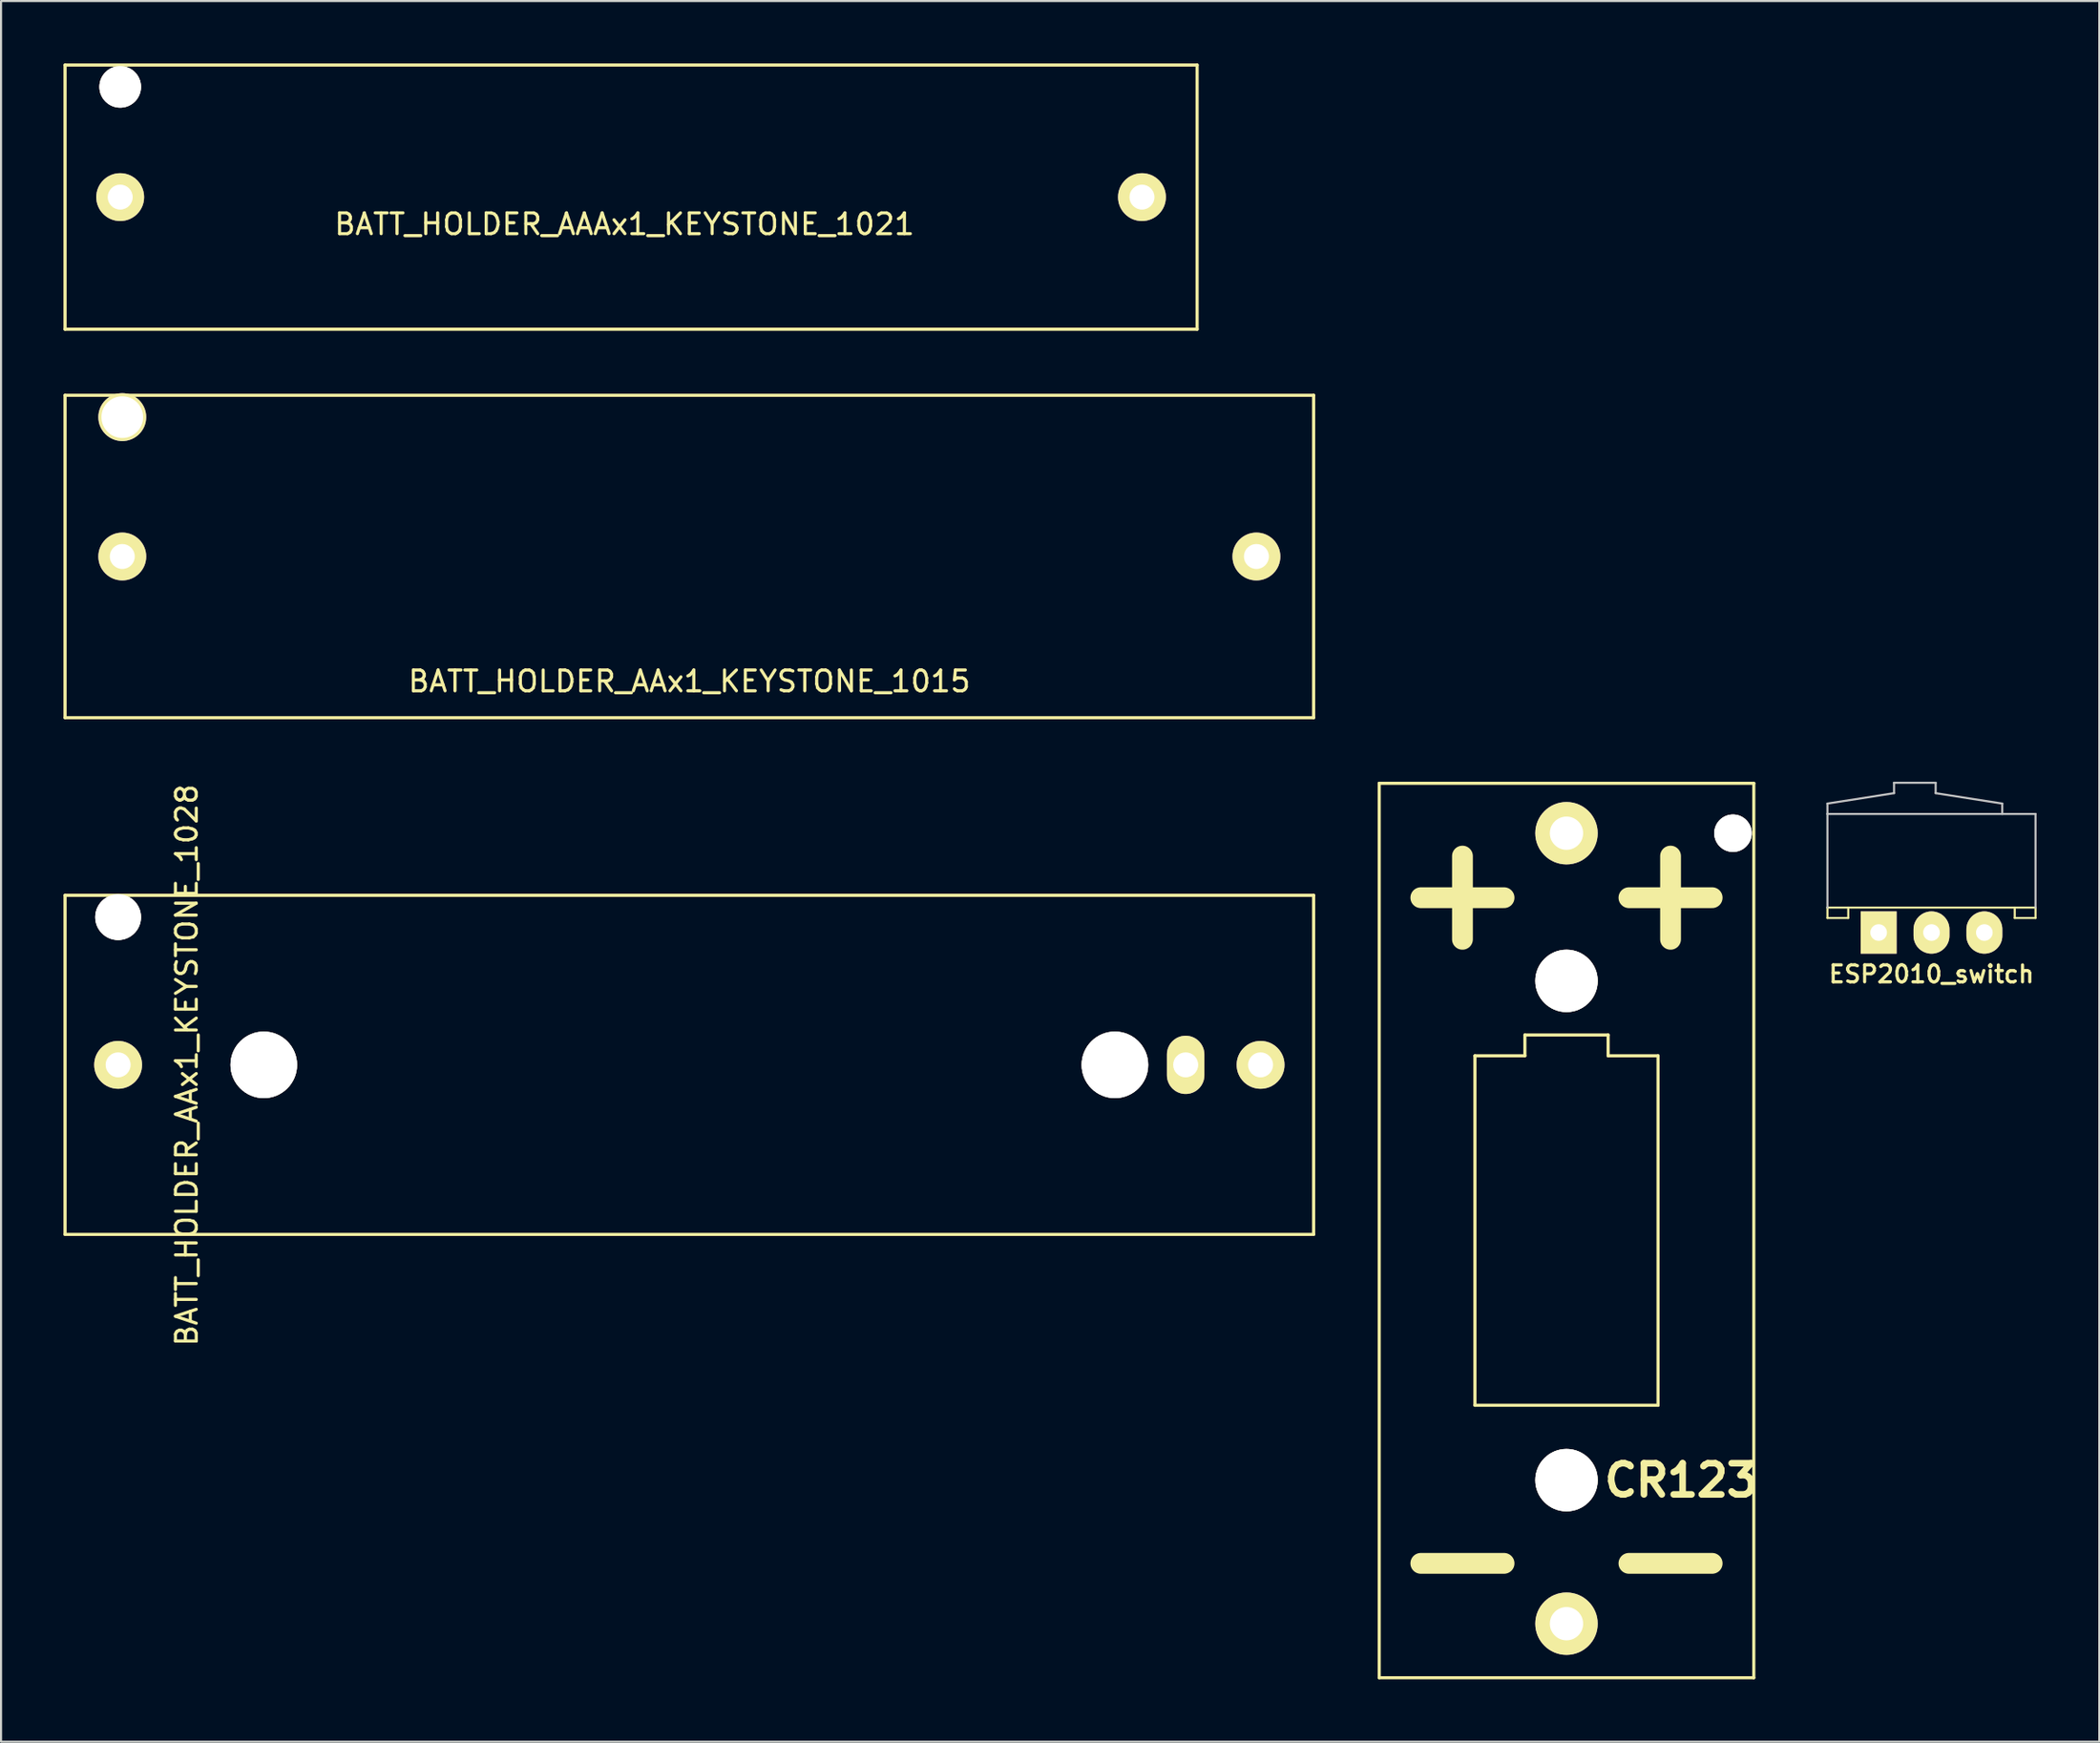
<source format=kicad_pcb>
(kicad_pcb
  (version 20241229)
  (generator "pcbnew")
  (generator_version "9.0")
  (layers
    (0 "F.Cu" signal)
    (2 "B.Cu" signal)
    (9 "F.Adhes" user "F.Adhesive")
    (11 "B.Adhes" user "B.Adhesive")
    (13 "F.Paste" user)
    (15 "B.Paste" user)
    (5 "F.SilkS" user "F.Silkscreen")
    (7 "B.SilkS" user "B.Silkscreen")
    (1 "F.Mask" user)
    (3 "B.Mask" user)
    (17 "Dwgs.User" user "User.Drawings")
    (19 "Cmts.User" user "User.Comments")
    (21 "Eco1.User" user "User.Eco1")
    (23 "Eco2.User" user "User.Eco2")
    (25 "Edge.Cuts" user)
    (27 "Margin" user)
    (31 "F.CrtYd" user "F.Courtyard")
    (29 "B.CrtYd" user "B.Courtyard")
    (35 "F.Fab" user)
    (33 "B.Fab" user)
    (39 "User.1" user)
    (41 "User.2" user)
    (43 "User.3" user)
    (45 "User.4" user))
  (footprint "CR123"
    (layer "F.Cu")
    (at 72.227 56.104)
    (property "Reference" "CR123" (at 5.508 12.008 0) (layer "F.SilkS") (effects (font (size 1.5 1.5) (thickness 0.318))))
    (attr through_hole)
    (fp_line (start -9 -21.5) (end 9 -21.5) (stroke (width 0.15) (type solid)) (layer "F.SilkS"))
    (fp_line (start -9 21.5) (end -9 -21.5) (stroke (width 0.15) (type solid)) (layer "F.SilkS"))
    (fp_line (start -7 -16) (end -3 -16) (stroke (width 1) (type solid)) (layer "F.SilkS"))
    (fp_line (start -7 16) (end -3 16) (stroke (width 1) (type solid)) (layer "F.SilkS"))
    (fp_line (start -5 -18) (end -5 -14) (stroke (width 1) (type solid)) (layer "F.SilkS"))
    (fp_line (start -4.4 -8.4) (end -2 -8.4) (stroke (width 0.15) (type solid)) (layer "F.SilkS"))
    (fp_line (start -4.4 8.4) (end -4.4 -8.4) (stroke (width 0.15) (type solid)) (layer "F.SilkS"))
    (fp_line (start -2 -9.4) (end -2 -8.4) (stroke (width 0.15) (type solid)) (layer "F.SilkS"))
    (fp_line (start -2 -9.4) (end 2 -9.4) (stroke (width 0.15) (type solid)) (layer "F.SilkS"))
    (fp_line (start 2 -9.4) (end 2 -8.4) (stroke (width 0.15) (type solid)) (layer "F.SilkS"))
    (fp_line (start 2 -8.4) (end 4.4 -8.4) (stroke (width 0.15) (type solid)) (layer "F.SilkS"))
    (fp_line (start 3 -16) (end 7 -16) (stroke (width 1) (type solid)) (layer "F.SilkS"))
    (fp_line (start 3 16) (end 7 16) (stroke (width 1) (type solid)) (layer "F.SilkS"))
    (fp_line (start 4.4 -8.4) (end 4.4 8.4) (stroke (width 0.15) (type solid)) (layer "F.SilkS"))
    (fp_line (start 4.4 8.4) (end -4.4 8.4) (stroke (width 0.15) (type solid)) (layer "F.SilkS"))
    (fp_line (start 5 -18) (end 5 -14) (stroke (width 1) (type solid)) (layer "F.SilkS"))
    (fp_line (start 9 -21.5) (end 9 21.5) (stroke (width 0.15) (type solid)) (layer "F.SilkS"))
    (fp_line (start 9 21.5) (end -9 21.5) (stroke (width 0.15) (type solid)) (layer "F.SilkS"))
    (pad "" thru_hole circle (at 0 -12) (size 3 3) (drill 3) (layers "*.Cu" "*.Mask" "F.SilkS"))
    (pad "" thru_hole circle (at 0 12) (size 3 3) (drill 3) (layers "*.Cu" "*.Mask" "F.SilkS"))
    (pad "" thru_hole circle (at 8 -19.1) (size 1.8 1.8) (drill 1.8) (layers "*.Cu" "*.Mask" "F.SilkS"))
    (pad "1" thru_hole circle (at 0 -19.1) (size 3 3) (drill 1.6) (layers "*.Cu" "*.Mask" "F.SilkS"))
    (pad "2" thru_hole circle (at 0 18.9) (size 3 3) (drill 1.6) (layers "*.Cu" "*.Mask" "F.SilkS")))
  (footprint "ESP2010_switch"
    (layer "F.Cu")
    (at 89.767 41.779)
    (property "Reference" "ESP2010_switch" (at 0 2 180) (layer "F.SilkS") (effects (font (size 0.813 0.813) (thickness 0.152))))
    (attr through_hole)
    (fp_line (start -5 -1.2) (end -5 -0.7) (stroke (width 0.1) (type solid)) (layer "F.SilkS"))
    (fp_line (start -5 -1.2) (end 5 -1.2) (stroke (width 0.1) (type solid)) (layer "F.SilkS"))
    (fp_line (start -5 -0.7) (end -4 -0.7) (stroke (width 0.1) (type solid)) (layer "F.SilkS"))
    (fp_line (start -4 -1.2) (end -4 -0.7) (stroke (width 0.1) (type solid)) (layer "F.SilkS"))
    (fp_line (start 4 -0.7) (end 4 -1.2) (stroke (width 0.1) (type solid)) (layer "F.SilkS"))
    (fp_line (start 5 -1.2) (end 5 -0.7) (stroke (width 0.1) (type solid)) (layer "F.SilkS"))
    (fp_line (start 5 -0.7) (end 4 -0.7) (stroke (width 0.1) (type solid)) (layer "F.SilkS"))
    (fp_line (start -5 -6.2) (end -1.8 -6.7) (stroke (width 0.1) (type solid)) (layer "Dwgs.User"))
    (fp_line (start -5 -5.7) (end -5 -6.2) (stroke (width 0.1) (type solid)) (layer "Dwgs.User"))
    (fp_line (start -5 -5.7) (end -5 -1.2) (stroke (width 0.1) (type solid)) (layer "Dwgs.User"))
    (fp_line (start -5 -5.7) (end 5 -5.7) (stroke (width 0.1) (type solid)) (layer "Dwgs.User"))
    (fp_line (start -1.8 -7.2) (end 0.2 -7.2) (stroke (width 0.1) (type solid)) (layer "Dwgs.User"))
    (fp_line (start -1.8 -6.7) (end -1.8 -7.2) (stroke (width 0.1) (type solid)) (layer "Dwgs.User"))
    (fp_line (start 0.2 -7.2) (end 0.2 -6.7) (stroke (width 0.1) (type solid)) (layer "Dwgs.User"))
    (fp_line (start 3.4 -6.2) (end 0.2 -6.7) (stroke (width 0.1) (type solid)) (layer "Dwgs.User"))
    (fp_line (start 3.4 -5.7) (end 3.4 -6.2) (stroke (width 0.1) (type solid)) (layer "Dwgs.User"))
    (fp_line (start 5 -1.2) (end 5 -5.7) (stroke (width 0.1) (type solid)) (layer "Dwgs.User"))
    (pad "1" thru_hole rect (at -2.54 0) (size 1.727 2.032) (drill 0.8) (layers "*.Cu" "*.Mask" "F.SilkS"))
    (pad "2" thru_hole oval (at 0 0) (size 1.727 2.032) (drill 0.8) (layers "*.Cu" "*.Mask" "F.SilkS"))
    (pad "3" thru_hole oval (at 2.54 0) (size 1.727 2.032) (drill 0.8) (layers "*.Cu" "*.Mask" "F.SilkS")))
  (footprint "BATT_HOLDER_AAAx1_KEYSTONE_1021"
    (layer "F.Cu")
    (at 27.276 6.426)
    (property "Reference" "BATT_HOLDER_AAAx1_KEYSTONE_1021" (at -0.319 1.301 0) (layer "F.SilkS") (effects (font (size 1 1) (thickness 0.15))))
    (attr through_hole)
    (fp_line (start -27.2 -6.35) (end -27.2 6.35) (stroke (width 0.152) (type solid)) (layer "F.SilkS"))
    (fp_line (start -27.2 -6.35) (end 27.2 -6.35) (stroke (width 0.152) (type solid)) (layer "F.SilkS"))
    (fp_line (start 27.2 -6.35) (end 27.2 6.35) (stroke (width 0.152) (type solid)) (layer "F.SilkS"))
    (fp_line (start 27.2 6.35) (end -27.2 6.35) (stroke (width 0.152) (type solid)) (layer "F.SilkS"))
    (pad "1" thru_hole circle (at -24.55 0) (size 2.3 2.3) (drill 1.2) (layers "*.Cu" "*.Mask" "F.SilkS"))
    (pad "2" thru_hole circle (at 24.55 0) (size 2.3 2.3) (drill 1.2) (layers "*.Cu" "*.Mask" "F.SilkS"))
    (pad "3" thru_hole circle (at -24.55 -5.3) (size 2 2) (drill 2) (layers "*.Cu" "*.Mask" "F.SilkS")))
  (footprint "BATT_HOLDER_AAx1_KEYSTONE_1015"
    (layer "F.Cu")
    (at 30.076 23.702)
    (property "Reference" "BATT_HOLDER_AAx1_KEYSTONE_1015" (at 0 6 0) (layer "F.SilkS") (effects (font (size 1 1) (thickness 0.15))))
    (attr through_hole)
    (fp_line (start -30 -7.75) (end -30 7.75) (stroke (width 0.152) (type solid)) (layer "F.SilkS"))
    (fp_line (start -30 -7.75) (end 30 -7.75) (stroke (width 0.152) (type solid)) (layer "F.SilkS"))
    (fp_line (start 30 -7.75) (end 30 7.75) (stroke (width 0.152) (type solid)) (layer "F.SilkS"))
    (fp_line (start 30 7.75) (end -30 7.75) (stroke (width 0.152) (type solid)) (layer "F.SilkS"))
    (pad "1" thru_hole circle (at -27.25 0) (size 2.3 2.3) (drill 1.2) (layers "*.Cu" "*.Mask" "F.SilkS"))
    (pad "2" thru_hole circle (at 27.25 0) (size 2.3 2.3) (drill 1.2) (layers "*.Cu" "*.Mask" "F.SilkS"))
    (pad "3" thru_hole circle (at -27.25 -6.7) (size 2.3 2.3) (drill 2) (layers "*.Cu" "*.Mask" "F.SilkS")))
  (footprint "BATT_HOLDER_AAx1_KEYSTONE_1028"
    (layer "F.Cu")
    (at 30.076 48.14)
    (property "Reference" "BATT_HOLDER_AAx1_KEYSTONE_1028" (at -24.15 0.014 90) (layer "F.SilkS") (effects (font (size 1 1) (thickness 0.15))))
    (attr through_hole)
    (fp_line (start -30 -8.15) (end -30 8.15) (stroke (width 0.152) (type solid)) (layer "F.SilkS"))
    (fp_line (start -30 -8.15) (end 30 -8.15) (stroke (width 0.152) (type solid)) (layer "F.SilkS"))
    (fp_line (start 30 -8.15) (end 30 8.15) (stroke (width 0.152) (type solid)) (layer "F.SilkS"))
    (fp_line (start 30 8.15) (end -30 8.15) (stroke (width 0.152) (type solid)) (layer "F.SilkS"))
    (pad "1" thru_hole circle (at -27.45 0) (size 2.3 2.3) (drill 1.2) (layers "*.Cu" "*.Mask" "F.SilkS"))
    (pad "2" thru_hole oval (at 23.85 0) (size 1.8 2.8) (drill 1.2) (layers "*.Cu" "*.Mask" "F.SilkS"))
    (pad "2" thru_hole circle (at 27.45 0) (size 2.3 2.3) (drill 1.2) (layers "*.Cu" "*.Mask" "F.SilkS"))
    (pad "3" thru_hole circle (at -27.45 -7.1) (size 2.2 2.2) (drill 2.2) (layers "*.Cu" "*.Mask" "F.SilkS"))
    (pad "3" thru_hole circle (at -20.45 0) (size 3.2 3.2) (drill 3.2) (layers "*.Cu" "*.Mask" "F.SilkS"))
    (pad "3" thru_hole circle (at 20.45 0) (size 3.2 3.2) (drill 3.2) (layers "*.Cu" "*.Mask" "F.SilkS")))
  (gr_rect
    (start -3 -3)
    (end 97.83 80.679)
    (stroke (width 0.1) (type default))
    (fill no)
    (layer "Edge.Cuts")))
</source>
